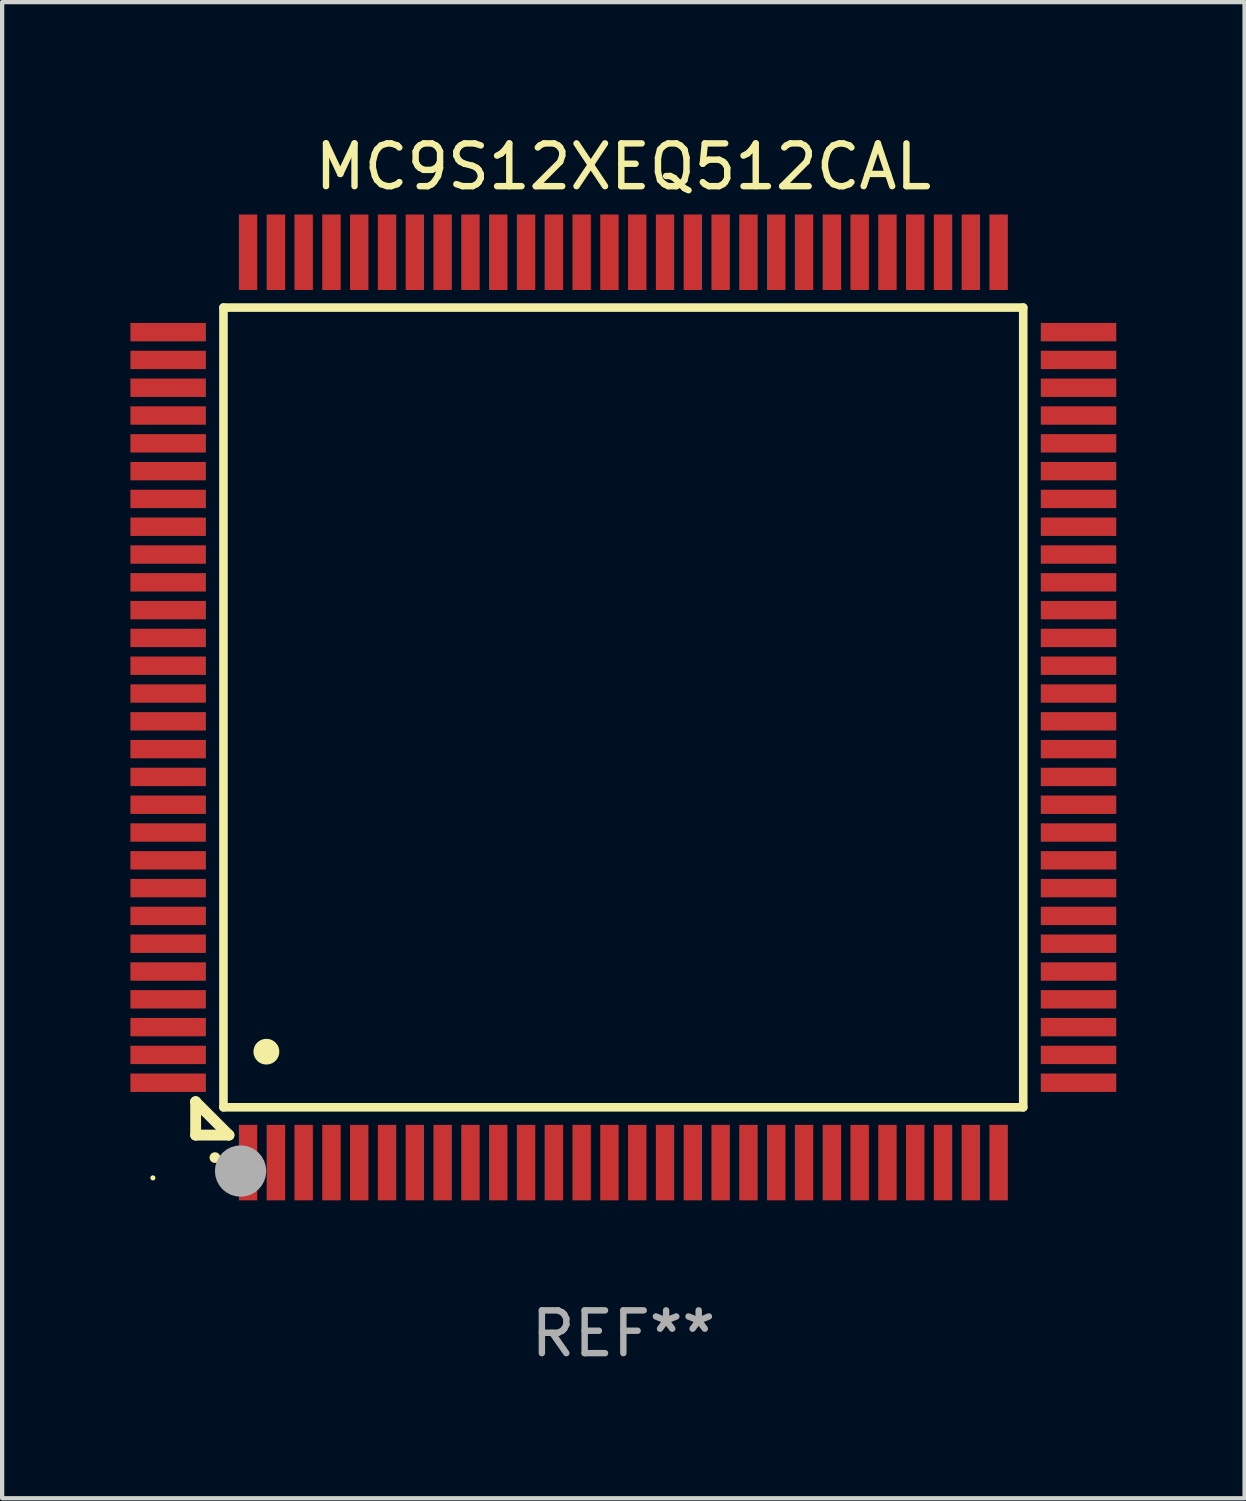
<source format=kicad_pcb>
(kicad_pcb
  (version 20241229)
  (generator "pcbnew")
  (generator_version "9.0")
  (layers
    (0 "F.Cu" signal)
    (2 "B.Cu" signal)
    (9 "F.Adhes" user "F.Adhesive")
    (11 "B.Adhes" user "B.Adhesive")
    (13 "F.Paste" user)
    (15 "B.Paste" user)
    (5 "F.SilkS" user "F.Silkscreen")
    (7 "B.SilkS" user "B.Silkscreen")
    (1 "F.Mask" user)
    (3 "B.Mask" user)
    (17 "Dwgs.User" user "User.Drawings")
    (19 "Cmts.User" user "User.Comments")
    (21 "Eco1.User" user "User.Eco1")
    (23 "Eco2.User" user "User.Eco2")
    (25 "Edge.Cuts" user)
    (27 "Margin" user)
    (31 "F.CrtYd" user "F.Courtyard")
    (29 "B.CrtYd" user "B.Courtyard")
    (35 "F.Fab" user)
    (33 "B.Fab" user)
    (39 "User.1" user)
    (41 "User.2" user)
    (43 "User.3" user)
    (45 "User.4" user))
  (footprint "MC9S12XEQ512CAL"
    (layer "F.Cu")
    (at 11.525 13.491)
    (property "Reference" "MC9S12XEQ512CAL" (at 0 -12.643 0) (layer "F.SilkS") (effects (font (size 1 1) (thickness 0.15))))
    (attr through_hole)
    (fp_line (start -10 9.221) (end -10 9.221) (stroke (width 0.254) (type solid)) (layer "F.SilkS"))
    (fp_line (start -10 9.221) (end -10 10) (stroke (width 0.254) (type solid)) (layer "F.SilkS"))
    (fp_line (start -10 9.221) (end -9.221 10) (stroke (width 0.254) (type solid)) (layer "F.SilkS"))
    (fp_line (start -10 10) (end -9.221 10) (stroke (width 0.254) (type solid)) (layer "F.SilkS"))
    (fp_line (start -9.35 -9.35) (end -9.35 9.35) (stroke (width 0.201) (type solid)) (layer "F.SilkS"))
    (fp_line (start -9.35 9.35) (end 9.35 9.35) (stroke (width 0.201) (type solid)) (layer "F.SilkS"))
    (fp_line (start 9.35 -9.35) (end -9.35 -9.35) (stroke (width 0.201) (type solid)) (layer "F.SilkS"))
    (fp_line (start 9.35 9.35) (end 9.35 -9.35) (stroke (width 0.201) (type solid)) (layer "F.SilkS"))
    (fp_arc (start -9.550546 10.525832) (mid -9.549276 10.525826) (end -9.548006 10.525832) (stroke (width 0.24892) (type solid)) (layer "F.SilkS"))
    (fp_arc (start -8.349124 8.049327) (mid -8.346584 8.049316) (end -8.344044 8.049327) (stroke (width 0.599441) (type solid)) (layer "F.SilkS"))
    (fp_circle (center -11 11) (end -10.97 11) (stroke (width 0.06) (type solid)) (fill no) (layer "F.SilkS"))
    (fp_circle (center -8.95 10.84) (end -8.65 10.84) (stroke (width 0.6) (type solid)) (fill no) (layer "F.Fab"))
    (fp_text user "REF**" (at 0 14.643 0) (layer "F.Fab") (effects (font (size 1 1) (thickness 0.15))))
    (pad "1" smd rect (at -8.775 10.643) (size 0.43 1.765) (layers "F.Cu" "F.Mask" "F.Paste"))
    (pad "2" smd rect (at -8.125 10.643) (size 0.43 1.765) (layers "F.Cu" "F.Mask" "F.Paste"))
    (pad "3" smd rect (at -7.475 10.643) (size 0.43 1.765) (layers "F.Cu" "F.Mask" "F.Paste"))
    (pad "4" smd rect (at -6.825 10.643) (size 0.43 1.765) (layers "F.Cu" "F.Mask" "F.Paste"))
    (pad "5" smd rect (at -6.175 10.643) (size 0.43 1.765) (layers "F.Cu" "F.Mask" "F.Paste"))
    (pad "6" smd rect (at -5.525 10.643) (size 0.43 1.765) (layers "F.Cu" "F.Mask" "F.Paste"))
    (pad "7" smd rect (at -4.875 10.643) (size 0.43 1.765) (layers "F.Cu" "F.Mask" "F.Paste"))
    (pad "8" smd rect (at -4.225 10.643) (size 0.43 1.765) (layers "F.Cu" "F.Mask" "F.Paste"))
    (pad "9" smd rect (at -3.575 10.643) (size 0.43 1.765) (layers "F.Cu" "F.Mask" "F.Paste"))
    (pad "10" smd rect (at -2.925 10.643) (size 0.43 1.765) (layers "F.Cu" "F.Mask" "F.Paste"))
    (pad "11" smd rect (at -2.275 10.643) (size 0.43 1.765) (layers "F.Cu" "F.Mask" "F.Paste"))
    (pad "12" smd rect (at -1.625 10.643) (size 0.43 1.765) (layers "F.Cu" "F.Mask" "F.Paste"))
    (pad "13" smd rect (at -0.975 10.643) (size 0.43 1.765) (layers "F.Cu" "F.Mask" "F.Paste"))
    (pad "14" smd rect (at -0.325 10.643) (size 0.43 1.765) (layers "F.Cu" "F.Mask" "F.Paste"))
    (pad "15" smd rect (at 0.325 10.643) (size 0.43 1.765) (layers "F.Cu" "F.Mask" "F.Paste"))
    (pad "16" smd rect (at 0.975 10.643) (size 0.43 1.765) (layers "F.Cu" "F.Mask" "F.Paste"))
    (pad "17" smd rect (at 1.625 10.643) (size 0.43 1.765) (layers "F.Cu" "F.Mask" "F.Paste"))
    (pad "18" smd rect (at 2.275 10.643) (size 0.43 1.765) (layers "F.Cu" "F.Mask" "F.Paste"))
    (pad "19" smd rect (at 2.925 10.643) (size 0.43 1.765) (layers "F.Cu" "F.Mask" "F.Paste"))
    (pad "20" smd rect (at 3.575 10.643) (size 0.43 1.765) (layers "F.Cu" "F.Mask" "F.Paste"))
    (pad "21" smd rect (at 4.225 10.643) (size 0.43 1.765) (layers "F.Cu" "F.Mask" "F.Paste"))
    (pad "22" smd rect (at 4.875 10.643) (size 0.43 1.765) (layers "F.Cu" "F.Mask" "F.Paste"))
    (pad "23" smd rect (at 5.525 10.643) (size 0.43 1.765) (layers "F.Cu" "F.Mask" "F.Paste"))
    (pad "24" smd rect (at 6.175 10.643) (size 0.43 1.765) (layers "F.Cu" "F.Mask" "F.Paste"))
    (pad "25" smd rect (at 6.825 10.643) (size 0.43 1.765) (layers "F.Cu" "F.Mask" "F.Paste"))
    (pad "26" smd rect (at 7.475 10.643) (size 0.43 1.765) (layers "F.Cu" "F.Mask" "F.Paste"))
    (pad "27" smd rect (at 8.125 10.643) (size 0.43 1.765) (layers "F.Cu" "F.Mask" "F.Paste"))
    (pad "28" smd rect (at 8.775 10.643) (size 0.43 1.765) (layers "F.Cu" "F.Mask" "F.Paste"))
    (pad "29" smd rect (at 10.643 8.775) (size 1.765 0.43) (layers "F.Cu" "F.Mask" "F.Paste"))
    (pad "30" smd rect (at 10.643 8.125) (size 1.765 0.43) (layers "F.Cu" "F.Mask" "F.Paste"))
    (pad "31" smd rect (at 10.643 7.475) (size 1.765 0.43) (layers "F.Cu" "F.Mask" "F.Paste"))
    (pad "32" smd rect (at 10.643 6.825) (size 1.765 0.43) (layers "F.Cu" "F.Mask" "F.Paste"))
    (pad "33" smd rect (at 10.643 6.175) (size 1.765 0.43) (layers "F.Cu" "F.Mask" "F.Paste"))
    (pad "34" smd rect (at 10.643 5.525) (size 1.765 0.43) (layers "F.Cu" "F.Mask" "F.Paste"))
    (pad "35" smd rect (at 10.643 4.875) (size 1.765 0.43) (layers "F.Cu" "F.Mask" "F.Paste"))
    (pad "36" smd rect (at 10.643 4.225) (size 1.765 0.43) (layers "F.Cu" "F.Mask" "F.Paste"))
    (pad "37" smd rect (at 10.643 3.575) (size 1.765 0.43) (layers "F.Cu" "F.Mask" "F.Paste"))
    (pad "38" smd rect (at 10.643 2.925) (size 1.765 0.43) (layers "F.Cu" "F.Mask" "F.Paste"))
    (pad "39" smd rect (at 10.643 2.275) (size 1.765 0.43) (layers "F.Cu" "F.Mask" "F.Paste"))
    (pad "40" smd rect (at 10.643 1.625) (size 1.765 0.43) (layers "F.Cu" "F.Mask" "F.Paste"))
    (pad "41" smd rect (at 10.643 0.975) (size 1.765 0.43) (layers "F.Cu" "F.Mask" "F.Paste"))
    (pad "42" smd rect (at 10.643 0.325) (size 1.765 0.43) (layers "F.Cu" "F.Mask" "F.Paste"))
    (pad "43" smd rect (at 10.643 -0.325) (size 1.765 0.43) (layers "F.Cu" "F.Mask" "F.Paste"))
    (pad "44" smd rect (at 10.643 -0.975) (size 1.765 0.43) (layers "F.Cu" "F.Mask" "F.Paste"))
    (pad "45" smd rect (at 10.643 -1.625) (size 1.765 0.43) (layers "F.Cu" "F.Mask" "F.Paste"))
    (pad "46" smd rect (at 10.643 -2.275) (size 1.765 0.43) (layers "F.Cu" "F.Mask" "F.Paste"))
    (pad "47" smd rect (at 10.643 -2.925) (size 1.765 0.43) (layers "F.Cu" "F.Mask" "F.Paste"))
    (pad "48" smd rect (at 10.643 -3.575) (size 1.765 0.43) (layers "F.Cu" "F.Mask" "F.Paste"))
    (pad "49" smd rect (at 10.643 -4.225) (size 1.765 0.43) (layers "F.Cu" "F.Mask" "F.Paste"))
    (pad "50" smd rect (at 10.643 -4.875) (size 1.765 0.43) (layers "F.Cu" "F.Mask" "F.Paste"))
    (pad "51" smd rect (at 10.643 -5.525) (size 1.765 0.43) (layers "F.Cu" "F.Mask" "F.Paste"))
    (pad "52" smd rect (at 10.643 -6.175) (size 1.765 0.43) (layers "F.Cu" "F.Mask" "F.Paste"))
    (pad "53" smd rect (at 10.643 -6.825) (size 1.765 0.43) (layers "F.Cu" "F.Mask" "F.Paste"))
    (pad "54" smd rect (at 10.643 -7.475) (size 1.765 0.43) (layers "F.Cu" "F.Mask" "F.Paste"))
    (pad "55" smd rect (at 10.643 -8.125) (size 1.765 0.43) (layers "F.Cu" "F.Mask" "F.Paste"))
    (pad "56" smd rect (at 10.643 -8.775) (size 1.765 0.43) (layers "F.Cu" "F.Mask" "F.Paste"))
    (pad "57" smd rect (at 8.775 -10.643) (size 0.43 1.765) (layers "F.Cu" "F.Mask" "F.Paste"))
    (pad "58" smd rect (at 8.125 -10.643) (size 0.43 1.765) (layers "F.Cu" "F.Mask" "F.Paste"))
    (pad "59" smd rect (at 7.475 -10.643) (size 0.43 1.765) (layers "F.Cu" "F.Mask" "F.Paste"))
    (pad "60" smd rect (at 6.825 -10.643) (size 0.43 1.765) (layers "F.Cu" "F.Mask" "F.Paste"))
    (pad "61" smd rect (at 6.175 -10.643) (size 0.43 1.765) (layers "F.Cu" "F.Mask" "F.Paste"))
    (pad "62" smd rect (at 5.525 -10.643) (size 0.43 1.765) (layers "F.Cu" "F.Mask" "F.Paste"))
    (pad "63" smd rect (at 4.875 -10.643) (size 0.43 1.765) (layers "F.Cu" "F.Mask" "F.Paste"))
    (pad "64" smd rect (at 4.225 -10.643) (size 0.43 1.765) (layers "F.Cu" "F.Mask" "F.Paste"))
    (pad "65" smd rect (at 3.575 -10.643) (size 0.43 1.765) (layers "F.Cu" "F.Mask" "F.Paste"))
    (pad "66" smd rect (at 2.925 -10.643) (size 0.43 1.765) (layers "F.Cu" "F.Mask" "F.Paste"))
    (pad "67" smd rect (at 2.275 -10.643) (size 0.43 1.765) (layers "F.Cu" "F.Mask" "F.Paste"))
    (pad "68" smd rect (at 1.625 -10.643) (size 0.43 1.765) (layers "F.Cu" "F.Mask" "F.Paste"))
    (pad "69" smd rect (at 0.975 -10.643) (size 0.43 1.765) (layers "F.Cu" "F.Mask" "F.Paste"))
    (pad "70" smd rect (at 0.325 -10.643) (size 0.43 1.765) (layers "F.Cu" "F.Mask" "F.Paste"))
    (pad "71" smd rect (at -0.325 -10.643) (size 0.43 1.765) (layers "F.Cu" "F.Mask" "F.Paste"))
    (pad "72" smd rect (at -0.975 -10.643) (size 0.43 1.765) (layers "F.Cu" "F.Mask" "F.Paste"))
    (pad "73" smd rect (at -1.625 -10.643) (size 0.43 1.765) (layers "F.Cu" "F.Mask" "F.Paste"))
    (pad "74" smd rect (at -2.275 -10.643) (size 0.43 1.765) (layers "F.Cu" "F.Mask" "F.Paste"))
    (pad "75" smd rect (at -2.925 -10.643) (size 0.43 1.765) (layers "F.Cu" "F.Mask" "F.Paste"))
    (pad "76" smd rect (at -3.575 -10.643) (size 0.43 1.765) (layers "F.Cu" "F.Mask" "F.Paste"))
    (pad "77" smd rect (at -4.225 -10.643) (size 0.43 1.765) (layers "F.Cu" "F.Mask" "F.Paste"))
    (pad "78" smd rect (at -4.875 -10.643) (size 0.43 1.765) (layers "F.Cu" "F.Mask" "F.Paste"))
    (pad "79" smd rect (at -5.525 -10.643) (size 0.43 1.765) (layers "F.Cu" "F.Mask" "F.Paste"))
    (pad "80" smd rect (at -6.175 -10.643) (size 0.43 1.765) (layers "F.Cu" "F.Mask" "F.Paste"))
    (pad "81" smd rect (at -6.825 -10.643) (size 0.43 1.765) (layers "F.Cu" "F.Mask" "F.Paste"))
    (pad "82" smd rect (at -7.475 -10.643) (size 0.43 1.765) (layers "F.Cu" "F.Mask" "F.Paste"))
    (pad "83" smd rect (at -8.125 -10.643) (size 0.43 1.765) (layers "F.Cu" "F.Mask" "F.Paste"))
    (pad "84" smd rect (at -8.775 -10.643) (size 0.43 1.765) (layers "F.Cu" "F.Mask" "F.Paste"))
    (pad "85" smd rect (at -10.643 -8.775) (size 1.765 0.43) (layers "F.Cu" "F.Mask" "F.Paste"))
    (pad "86" smd rect (at -10.643 -8.125) (size 1.765 0.43) (layers "F.Cu" "F.Mask" "F.Paste"))
    (pad "87" smd rect (at -10.643 -7.475) (size 1.765 0.43) (layers "F.Cu" "F.Mask" "F.Paste"))
    (pad "88" smd rect (at -10.643 -6.825) (size 1.765 0.43) (layers "F.Cu" "F.Mask" "F.Paste"))
    (pad "89" smd rect (at -10.643 -6.175) (size 1.765 0.43) (layers "F.Cu" "F.Mask" "F.Paste"))
    (pad "90" smd rect (at -10.643 -5.525) (size 1.765 0.43) (layers "F.Cu" "F.Mask" "F.Paste"))
    (pad "91" smd rect (at -10.643 -4.875) (size 1.765 0.43) (layers "F.Cu" "F.Mask" "F.Paste"))
    (pad "92" smd rect (at -10.643 -4.225) (size 1.765 0.43) (layers "F.Cu" "F.Mask" "F.Paste"))
    (pad "93" smd rect (at -10.643 -3.575) (size 1.765 0.43) (layers "F.Cu" "F.Mask" "F.Paste"))
    (pad "94" smd rect (at -10.643 -2.925) (size 1.765 0.43) (layers "F.Cu" "F.Mask" "F.Paste"))
    (pad "95" smd rect (at -10.643 -2.275) (size 1.765 0.43) (layers "F.Cu" "F.Mask" "F.Paste"))
    (pad "96" smd rect (at -10.643 -1.625) (size 1.765 0.43) (layers "F.Cu" "F.Mask" "F.Paste"))
    (pad "97" smd rect (at -10.643 -0.975) (size 1.765 0.43) (layers "F.Cu" "F.Mask" "F.Paste"))
    (pad "98" smd rect (at -10.643 -0.325) (size 1.765 0.43) (layers "F.Cu" "F.Mask" "F.Paste"))
    (pad "99" smd rect (at -10.643 0.325) (size 1.765 0.43) (layers "F.Cu" "F.Mask" "F.Paste"))
    (pad "100" smd rect (at -10.643 0.975) (size 1.765 0.43) (layers "F.Cu" "F.Mask" "F.Paste"))
    (pad "101" smd rect (at -10.643 1.625) (size 1.765 0.43) (layers "F.Cu" "F.Mask" "F.Paste"))
    (pad "102" smd rect (at -10.643 2.275) (size 1.765 0.43) (layers "F.Cu" "F.Mask" "F.Paste"))
    (pad "103" smd rect (at -10.643 2.925) (size 1.765 0.43) (layers "F.Cu" "F.Mask" "F.Paste"))
    (pad "104" smd rect (at -10.643 3.575) (size 1.765 0.43) (layers "F.Cu" "F.Mask" "F.Paste"))
    (pad "105" smd rect (at -10.643 4.225) (size 1.765 0.43) (layers "F.Cu" "F.Mask" "F.Paste"))
    (pad "106" smd rect (at -10.643 4.875) (size 1.765 0.43) (layers "F.Cu" "F.Mask" "F.Paste"))
    (pad "107" smd rect (at -10.643 5.525) (size 1.765 0.43) (layers "F.Cu" "F.Mask" "F.Paste"))
    (pad "108" smd rect (at -10.643 6.175) (size 1.765 0.43) (layers "F.Cu" "F.Mask" "F.Paste"))
    (pad "109" smd rect (at -10.643 6.825) (size 1.765 0.43) (layers "F.Cu" "F.Mask" "F.Paste"))
    (pad "110" smd rect (at -10.643 7.475) (size 1.765 0.43) (layers "F.Cu" "F.Mask" "F.Paste"))
    (pad "111" smd rect (at -10.643 8.125) (size 1.765 0.43) (layers "F.Cu" "F.Mask" "F.Paste"))
    (pad "112" smd rect (at -10.643 8.775) (size 1.765 0.43) (layers "F.Cu" "F.Mask" "F.Paste")))
  (gr_rect
    (start -3 -3)
    (end 26.05 31.982)
    (stroke (width 0.1) (type default))
    (fill no)
    (layer "Edge.Cuts")))
</source>
